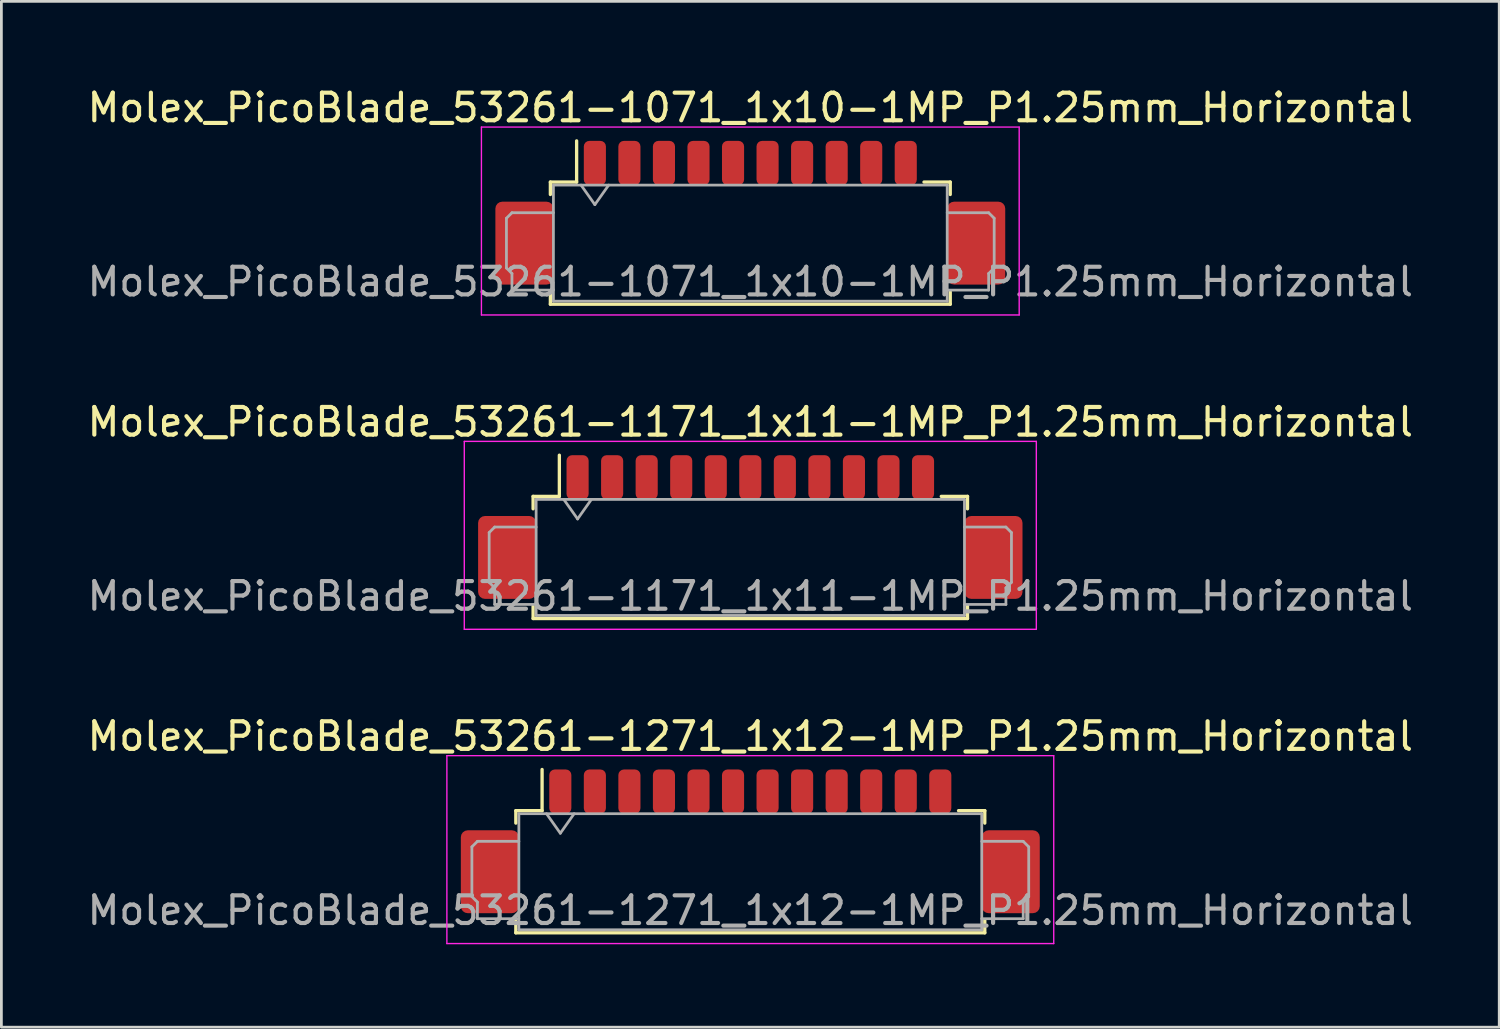
<source format=kicad_pcb>
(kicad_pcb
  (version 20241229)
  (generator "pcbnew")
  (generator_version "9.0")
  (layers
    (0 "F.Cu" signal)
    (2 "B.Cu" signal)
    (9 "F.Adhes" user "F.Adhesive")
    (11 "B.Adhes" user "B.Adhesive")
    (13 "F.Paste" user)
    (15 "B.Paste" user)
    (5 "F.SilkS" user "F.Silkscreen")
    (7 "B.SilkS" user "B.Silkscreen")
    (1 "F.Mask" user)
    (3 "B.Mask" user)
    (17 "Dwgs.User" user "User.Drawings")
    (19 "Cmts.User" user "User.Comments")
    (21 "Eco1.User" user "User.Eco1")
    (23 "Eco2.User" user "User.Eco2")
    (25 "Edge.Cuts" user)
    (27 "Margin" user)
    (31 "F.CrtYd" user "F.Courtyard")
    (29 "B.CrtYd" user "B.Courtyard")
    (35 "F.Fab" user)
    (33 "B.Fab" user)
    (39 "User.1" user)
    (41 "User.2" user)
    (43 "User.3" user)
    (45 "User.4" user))
  (footprint "Molex_PicoBlade_53261-1171_1x11-1MP_P1.25mm_Horizontal"
    (layer "F.Cu")
    (at 24.101 16.622)
    (property "Reference" "Molex_PicoBlade_53261-1171_1x11-1MP_P1.25mm_Horizontal" (at 0 -4.4 0) (layer "F.SilkS") (effects (font (size 1 1) (thickness 0.15))))
    (attr smd)
    (fp_line (start -7.86 -1.71) (end -6.91 -1.71) (stroke (width 0.12) (type solid)) (layer "F.SilkS"))
    (fp_line (start -7.86 -1.26) (end -7.86 -1.71) (stroke (width 0.12) (type solid)) (layer "F.SilkS"))
    (fp_line (start -7.86 2.26) (end -7.86 2.71) (stroke (width 0.12) (type solid)) (layer "F.SilkS"))
    (fp_line (start -7.86 2.71) (end 7.86 2.71) (stroke (width 0.12) (type solid)) (layer "F.SilkS"))
    (fp_line (start -6.91 -1.71) (end -6.91 -3.2) (stroke (width 0.12) (type solid)) (layer "F.SilkS"))
    (fp_line (start 7.86 -1.71) (end 6.91 -1.71) (stroke (width 0.12) (type solid)) (layer "F.SilkS"))
    (fp_line (start 7.86 -1.26) (end 7.86 -1.71) (stroke (width 0.12) (type solid)) (layer "F.SilkS"))
    (fp_line (start 7.86 2.71) (end 7.86 2.26) (stroke (width 0.12) (type solid)) (layer "F.SilkS"))
    (fp_line (start -10.35 -3.7) (end -10.35 3.1) (stroke (width 0.05) (type solid)) (layer "F.CrtYd"))
    (fp_line (start -10.35 3.1) (end 10.35 3.1) (stroke (width 0.05) (type solid)) (layer "F.CrtYd"))
    (fp_line (start 10.35 -3.7) (end -10.35 -3.7) (stroke (width 0.05) (type solid)) (layer "F.CrtYd"))
    (fp_line (start 10.35 3.1) (end 10.35 -3.7) (stroke (width 0.05) (type solid)) (layer "F.CrtYd"))
    (fp_line (start -9.45 -0.4) (end -9.45 1.4) (stroke (width 0.1) (type solid)) (layer "F.Fab"))
    (fp_line (start -9.45 1.4) (end -9.25 1.6) (stroke (width 0.1) (type solid)) (layer "F.Fab"))
    (fp_line (start -9.25 -0.6) (end -9.45 -0.4) (stroke (width 0.1) (type solid)) (layer "F.Fab"))
    (fp_line (start -9.25 1.6) (end -9.25 2.2) (stroke (width 0.1) (type solid)) (layer "F.Fab"))
    (fp_line (start -9.25 2.2) (end -7.75 2.2) (stroke (width 0.1) (type solid)) (layer "F.Fab"))
    (fp_line (start -7.75 -1.6) (end -7.75 2.6) (stroke (width 0.1) (type solid)) (layer "F.Fab"))
    (fp_line (start -7.75 -1.6) (end 7.75 -1.6) (stroke (width 0.1) (type solid)) (layer "F.Fab"))
    (fp_line (start -7.75 -0.6) (end -9.25 -0.6) (stroke (width 0.1) (type solid)) (layer "F.Fab"))
    (fp_line (start -7.75 2.6) (end 7.75 2.6) (stroke (width 0.1) (type solid)) (layer "F.Fab"))
    (fp_line (start -6.75 -1.6) (end -6.25 -0.893) (stroke (width 0.1) (type solid)) (layer "F.Fab"))
    (fp_line (start -6.25 -0.893) (end -5.75 -1.6) (stroke (width 0.1) (type solid)) (layer "F.Fab"))
    (fp_line (start 7.75 -1.6) (end 7.75 2.6) (stroke (width 0.1) (type solid)) (layer "F.Fab"))
    (fp_line (start 7.75 -0.6) (end 9.25 -0.6) (stroke (width 0.1) (type solid)) (layer "F.Fab"))
    (fp_line (start 9.25 -0.6) (end 9.45 -0.4) (stroke (width 0.1) (type solid)) (layer "F.Fab"))
    (fp_line (start 9.25 1.6) (end 9.25 2.2) (stroke (width 0.1) (type solid)) (layer "F.Fab"))
    (fp_line (start 9.25 2.2) (end 7.75 2.2) (stroke (width 0.1) (type solid)) (layer "F.Fab"))
    (fp_line (start 9.45 -0.4) (end 9.45 1.4) (stroke (width 0.1) (type solid)) (layer "F.Fab"))
    (fp_line (start 9.45 1.4) (end 9.25 1.6) (stroke (width 0.1) (type solid)) (layer "F.Fab"))
    (fp_text user "${REFERENCE}" (at 0 1.9 0) (layer "F.Fab") (effects (font (size 1 1) (thickness 0.15))))
    (pad "1" smd roundrect (at -6.25 -2.4) (size 0.8 1.6) (layers "F.Cu" "F.Mask" "F.Paste") (roundrect_rratio 0.25))
    (pad "2" smd roundrect (at -5 -2.4) (size 0.8 1.6) (layers "F.Cu" "F.Mask" "F.Paste") (roundrect_rratio 0.25))
    (pad "3" smd roundrect (at -3.75 -2.4) (size 0.8 1.6) (layers "F.Cu" "F.Mask" "F.Paste") (roundrect_rratio 0.25))
    (pad "4" smd roundrect (at -2.5 -2.4) (size 0.8 1.6) (layers "F.Cu" "F.Mask" "F.Paste") (roundrect_rratio 0.25))
    (pad "5" smd roundrect (at -1.25 -2.4) (size 0.8 1.6) (layers "F.Cu" "F.Mask" "F.Paste") (roundrect_rratio 0.25))
    (pad "6" smd roundrect (at 0 -2.4) (size 0.8 1.6) (layers "F.Cu" "F.Mask" "F.Paste") (roundrect_rratio 0.25))
    (pad "7" smd roundrect (at 1.25 -2.4) (size 0.8 1.6) (layers "F.Cu" "F.Mask" "F.Paste") (roundrect_rratio 0.25))
    (pad "8" smd roundrect (at 2.5 -2.4) (size 0.8 1.6) (layers "F.Cu" "F.Mask" "F.Paste") (roundrect_rratio 0.25))
    (pad "9" smd roundrect (at 3.75 -2.4) (size 0.8 1.6) (layers "F.Cu" "F.Mask" "F.Paste") (roundrect_rratio 0.25))
    (pad "10" smd roundrect (at 5 -2.4) (size 0.8 1.6) (layers "F.Cu" "F.Mask" "F.Paste") (roundrect_rratio 0.25))
    (pad "11" smd roundrect (at 6.25 -2.4) (size 0.8 1.6) (layers "F.Cu" "F.Mask" "F.Paste") (roundrect_rratio 0.25))
    (pad "MP" smd roundrect (at -8.8 0.5) (size 2.1 3) (layers "F.Cu" "F.Mask" "F.Paste") (roundrect_rratio 0.119))
    (pad "MP" smd roundrect (at 8.8 0.5) (size 2.1 3) (layers "F.Cu" "F.Mask" "F.Paste") (roundrect_rratio 0.119)))
  (footprint "Molex_PicoBlade_53261-1271_1x12-1MP_P1.25mm_Horizontal"
    (layer "F.Cu")
    (at 24.101 27.995)
    (property "Reference" "Molex_PicoBlade_53261-1271_1x12-1MP_P1.25mm_Horizontal" (at 0 -4.4 0) (layer "F.SilkS") (effects (font (size 1 1) (thickness 0.15))))
    (attr smd)
    (fp_line (start -8.485 -1.71) (end -7.535 -1.71) (stroke (width 0.12) (type solid)) (layer "F.SilkS"))
    (fp_line (start -8.485 -1.26) (end -8.485 -1.71) (stroke (width 0.12) (type solid)) (layer "F.SilkS"))
    (fp_line (start -8.485 2.26) (end -8.485 2.71) (stroke (width 0.12) (type solid)) (layer "F.SilkS"))
    (fp_line (start -8.485 2.71) (end 8.485 2.71) (stroke (width 0.12) (type solid)) (layer "F.SilkS"))
    (fp_line (start -7.535 -1.71) (end -7.535 -3.2) (stroke (width 0.12) (type solid)) (layer "F.SilkS"))
    (fp_line (start 8.485 -1.71) (end 7.535 -1.71) (stroke (width 0.12) (type solid)) (layer "F.SilkS"))
    (fp_line (start 8.485 -1.26) (end 8.485 -1.71) (stroke (width 0.12) (type solid)) (layer "F.SilkS"))
    (fp_line (start 8.485 2.71) (end 8.485 2.26) (stroke (width 0.12) (type solid)) (layer "F.SilkS"))
    (fp_line (start -10.98 -3.7) (end -10.98 3.1) (stroke (width 0.05) (type solid)) (layer "F.CrtYd"))
    (fp_line (start -10.98 3.1) (end 10.98 3.1) (stroke (width 0.05) (type solid)) (layer "F.CrtYd"))
    (fp_line (start 10.98 -3.7) (end -10.98 -3.7) (stroke (width 0.05) (type solid)) (layer "F.CrtYd"))
    (fp_line (start 10.98 3.1) (end 10.98 -3.7) (stroke (width 0.05) (type solid)) (layer "F.CrtYd"))
    (fp_line (start -10.075 -0.4) (end -10.075 1.4) (stroke (width 0.1) (type solid)) (layer "F.Fab"))
    (fp_line (start -10.075 1.4) (end -9.875 1.6) (stroke (width 0.1) (type solid)) (layer "F.Fab"))
    (fp_line (start -9.875 -0.6) (end -10.075 -0.4) (stroke (width 0.1) (type solid)) (layer "F.Fab"))
    (fp_line (start -9.875 1.6) (end -9.875 2.2) (stroke (width 0.1) (type solid)) (layer "F.Fab"))
    (fp_line (start -9.875 2.2) (end -8.375 2.2) (stroke (width 0.1) (type solid)) (layer "F.Fab"))
    (fp_line (start -8.375 -1.6) (end -8.375 2.6) (stroke (width 0.1) (type solid)) (layer "F.Fab"))
    (fp_line (start -8.375 -1.6) (end 8.375 -1.6) (stroke (width 0.1) (type solid)) (layer "F.Fab"))
    (fp_line (start -8.375 -0.6) (end -9.875 -0.6) (stroke (width 0.1) (type solid)) (layer "F.Fab"))
    (fp_line (start -8.375 2.6) (end 8.375 2.6) (stroke (width 0.1) (type solid)) (layer "F.Fab"))
    (fp_line (start -7.375 -1.6) (end -6.875 -0.893) (stroke (width 0.1) (type solid)) (layer "F.Fab"))
    (fp_line (start -6.875 -0.893) (end -6.375 -1.6) (stroke (width 0.1) (type solid)) (layer "F.Fab"))
    (fp_line (start 8.375 -1.6) (end 8.375 2.6) (stroke (width 0.1) (type solid)) (layer "F.Fab"))
    (fp_line (start 8.375 -0.6) (end 9.875 -0.6) (stroke (width 0.1) (type solid)) (layer "F.Fab"))
    (fp_line (start 9.875 -0.6) (end 10.075 -0.4) (stroke (width 0.1) (type solid)) (layer "F.Fab"))
    (fp_line (start 9.875 1.6) (end 9.875 2.2) (stroke (width 0.1) (type solid)) (layer "F.Fab"))
    (fp_line (start 9.875 2.2) (end 8.375 2.2) (stroke (width 0.1) (type solid)) (layer "F.Fab"))
    (fp_line (start 10.075 -0.4) (end 10.075 1.4) (stroke (width 0.1) (type solid)) (layer "F.Fab"))
    (fp_line (start 10.075 1.4) (end 9.875 1.6) (stroke (width 0.1) (type solid)) (layer "F.Fab"))
    (fp_text user "${REFERENCE}" (at 0 1.9 0) (layer "F.Fab") (effects (font (size 1 1) (thickness 0.15))))
    (pad "1" smd roundrect (at -6.875 -2.4) (size 0.8 1.6) (layers "F.Cu" "F.Mask" "F.Paste") (roundrect_rratio 0.25))
    (pad "2" smd roundrect (at -5.625 -2.4) (size 0.8 1.6) (layers "F.Cu" "F.Mask" "F.Paste") (roundrect_rratio 0.25))
    (pad "3" smd roundrect (at -4.375 -2.4) (size 0.8 1.6) (layers "F.Cu" "F.Mask" "F.Paste") (roundrect_rratio 0.25))
    (pad "4" smd roundrect (at -3.125 -2.4) (size 0.8 1.6) (layers "F.Cu" "F.Mask" "F.Paste") (roundrect_rratio 0.25))
    (pad "5" smd roundrect (at -1.875 -2.4) (size 0.8 1.6) (layers "F.Cu" "F.Mask" "F.Paste") (roundrect_rratio 0.25))
    (pad "6" smd roundrect (at -0.625 -2.4) (size 0.8 1.6) (layers "F.Cu" "F.Mask" "F.Paste") (roundrect_rratio 0.25))
    (pad "7" smd roundrect (at 0.625 -2.4) (size 0.8 1.6) (layers "F.Cu" "F.Mask" "F.Paste") (roundrect_rratio 0.25))
    (pad "8" smd roundrect (at 1.875 -2.4) (size 0.8 1.6) (layers "F.Cu" "F.Mask" "F.Paste") (roundrect_rratio 0.25))
    (pad "9" smd roundrect (at 3.125 -2.4) (size 0.8 1.6) (layers "F.Cu" "F.Mask" "F.Paste") (roundrect_rratio 0.25))
    (pad "10" smd roundrect (at 4.375 -2.4) (size 0.8 1.6) (layers "F.Cu" "F.Mask" "F.Paste") (roundrect_rratio 0.25))
    (pad "11" smd roundrect (at 5.625 -2.4) (size 0.8 1.6) (layers "F.Cu" "F.Mask" "F.Paste") (roundrect_rratio 0.25))
    (pad "12" smd roundrect (at 6.875 -2.4) (size 0.8 1.6) (layers "F.Cu" "F.Mask" "F.Paste") (roundrect_rratio 0.25))
    (pad "MP" smd roundrect (at -9.425 0.5) (size 2.1 3) (layers "F.Cu" "F.Mask" "F.Paste") (roundrect_rratio 0.119))
    (pad "MP" smd roundrect (at 9.425 0.5) (size 2.1 3) (layers "F.Cu" "F.Mask" "F.Paste") (roundrect_rratio 0.119)))
  (footprint "Molex_PicoBlade_53261-1071_1x10-1MP_P1.25mm_Horizontal"
    (layer "F.Cu")
    (at 24.101 5.248)
    (property "Reference" "Molex_PicoBlade_53261-1071_1x10-1MP_P1.25mm_Horizontal" (at 0 -4.4 0) (layer "F.SilkS") (effects (font (size 1 1) (thickness 0.15))))
    (attr smd)
    (fp_line (start -7.235 -1.71) (end -6.285 -1.71) (stroke (width 0.12) (type solid)) (layer "F.SilkS"))
    (fp_line (start -7.235 -1.26) (end -7.235 -1.71) (stroke (width 0.12) (type solid)) (layer "F.SilkS"))
    (fp_line (start -7.235 2.26) (end -7.235 2.71) (stroke (width 0.12) (type solid)) (layer "F.SilkS"))
    (fp_line (start -7.235 2.71) (end 7.235 2.71) (stroke (width 0.12) (type solid)) (layer "F.SilkS"))
    (fp_line (start -6.285 -1.71) (end -6.285 -3.2) (stroke (width 0.12) (type solid)) (layer "F.SilkS"))
    (fp_line (start 7.235 -1.71) (end 6.285 -1.71) (stroke (width 0.12) (type solid)) (layer "F.SilkS"))
    (fp_line (start 7.235 -1.26) (end 7.235 -1.71) (stroke (width 0.12) (type solid)) (layer "F.SilkS"))
    (fp_line (start 7.235 2.71) (end 7.235 2.26) (stroke (width 0.12) (type solid)) (layer "F.SilkS"))
    (fp_line (start -9.73 -3.7) (end -9.73 3.1) (stroke (width 0.05) (type solid)) (layer "F.CrtYd"))
    (fp_line (start -9.73 3.1) (end 9.73 3.1) (stroke (width 0.05) (type solid)) (layer "F.CrtYd"))
    (fp_line (start 9.73 -3.7) (end -9.73 -3.7) (stroke (width 0.05) (type solid)) (layer "F.CrtYd"))
    (fp_line (start 9.73 3.1) (end 9.73 -3.7) (stroke (width 0.05) (type solid)) (layer "F.CrtYd"))
    (fp_line (start -8.825 -0.4) (end -8.825 1.4) (stroke (width 0.1) (type solid)) (layer "F.Fab"))
    (fp_line (start -8.825 1.4) (end -8.625 1.6) (stroke (width 0.1) (type solid)) (layer "F.Fab"))
    (fp_line (start -8.625 -0.6) (end -8.825 -0.4) (stroke (width 0.1) (type solid)) (layer "F.Fab"))
    (fp_line (start -8.625 1.6) (end -8.625 2.2) (stroke (width 0.1) (type solid)) (layer "F.Fab"))
    (fp_line (start -8.625 2.2) (end -7.125 2.2) (stroke (width 0.1) (type solid)) (layer "F.Fab"))
    (fp_line (start -7.125 -1.6) (end -7.125 2.6) (stroke (width 0.1) (type solid)) (layer "F.Fab"))
    (fp_line (start -7.125 -1.6) (end 7.125 -1.6) (stroke (width 0.1) (type solid)) (layer "F.Fab"))
    (fp_line (start -7.125 -0.6) (end -8.625 -0.6) (stroke (width 0.1) (type solid)) (layer "F.Fab"))
    (fp_line (start -7.125 2.6) (end 7.125 2.6) (stroke (width 0.1) (type solid)) (layer "F.Fab"))
    (fp_line (start -6.125 -1.6) (end -5.625 -0.893) (stroke (width 0.1) (type solid)) (layer "F.Fab"))
    (fp_line (start -5.625 -0.893) (end -5.125 -1.6) (stroke (width 0.1) (type solid)) (layer "F.Fab"))
    (fp_line (start 7.125 -1.6) (end 7.125 2.6) (stroke (width 0.1) (type solid)) (layer "F.Fab"))
    (fp_line (start 7.125 -0.6) (end 8.625 -0.6) (stroke (width 0.1) (type solid)) (layer "F.Fab"))
    (fp_line (start 8.625 -0.6) (end 8.825 -0.4) (stroke (width 0.1) (type solid)) (layer "F.Fab"))
    (fp_line (start 8.625 1.6) (end 8.625 2.2) (stroke (width 0.1) (type solid)) (layer "F.Fab"))
    (fp_line (start 8.625 2.2) (end 7.125 2.2) (stroke (width 0.1) (type solid)) (layer "F.Fab"))
    (fp_line (start 8.825 -0.4) (end 8.825 1.4) (stroke (width 0.1) (type solid)) (layer "F.Fab"))
    (fp_line (start 8.825 1.4) (end 8.625 1.6) (stroke (width 0.1) (type solid)) (layer "F.Fab"))
    (fp_text user "${REFERENCE}" (at 0 1.9 0) (layer "F.Fab") (effects (font (size 1 1) (thickness 0.15))))
    (pad "1" smd roundrect (at -5.625 -2.4) (size 0.8 1.6) (layers "F.Cu" "F.Mask" "F.Paste") (roundrect_rratio 0.25))
    (pad "2" smd roundrect (at -4.375 -2.4) (size 0.8 1.6) (layers "F.Cu" "F.Mask" "F.Paste") (roundrect_rratio 0.25))
    (pad "3" smd roundrect (at -3.125 -2.4) (size 0.8 1.6) (layers "F.Cu" "F.Mask" "F.Paste") (roundrect_rratio 0.25))
    (pad "4" smd roundrect (at -1.875 -2.4) (size 0.8 1.6) (layers "F.Cu" "F.Mask" "F.Paste") (roundrect_rratio 0.25))
    (pad "5" smd roundrect (at -0.625 -2.4) (size 0.8 1.6) (layers "F.Cu" "F.Mask" "F.Paste") (roundrect_rratio 0.25))
    (pad "6" smd roundrect (at 0.625 -2.4) (size 0.8 1.6) (layers "F.Cu" "F.Mask" "F.Paste") (roundrect_rratio 0.25))
    (pad "7" smd roundrect (at 1.875 -2.4) (size 0.8 1.6) (layers "F.Cu" "F.Mask" "F.Paste") (roundrect_rratio 0.25))
    (pad "8" smd roundrect (at 3.125 -2.4) (size 0.8 1.6) (layers "F.Cu" "F.Mask" "F.Paste") (roundrect_rratio 0.25))
    (pad "9" smd roundrect (at 4.375 -2.4) (size 0.8 1.6) (layers "F.Cu" "F.Mask" "F.Paste") (roundrect_rratio 0.25))
    (pad "10" smd roundrect (at 5.625 -2.4) (size 0.8 1.6) (layers "F.Cu" "F.Mask" "F.Paste") (roundrect_rratio 0.25))
    (pad "MP" smd roundrect (at -8.175 0.5) (size 2.1 3) (layers "F.Cu" "F.Mask" "F.Paste") (roundrect_rratio 0.119))
    (pad "MP" smd roundrect (at 8.175 0.5) (size 2.1 3) (layers "F.Cu" "F.Mask" "F.Paste") (roundrect_rratio 0.119)))
  (gr_rect
    (start -3 -3)
    (end 51.202 34.12)
    (stroke (width 0.1) (type default))
    (fill no)
    (layer "Edge.Cuts")))
</source>
